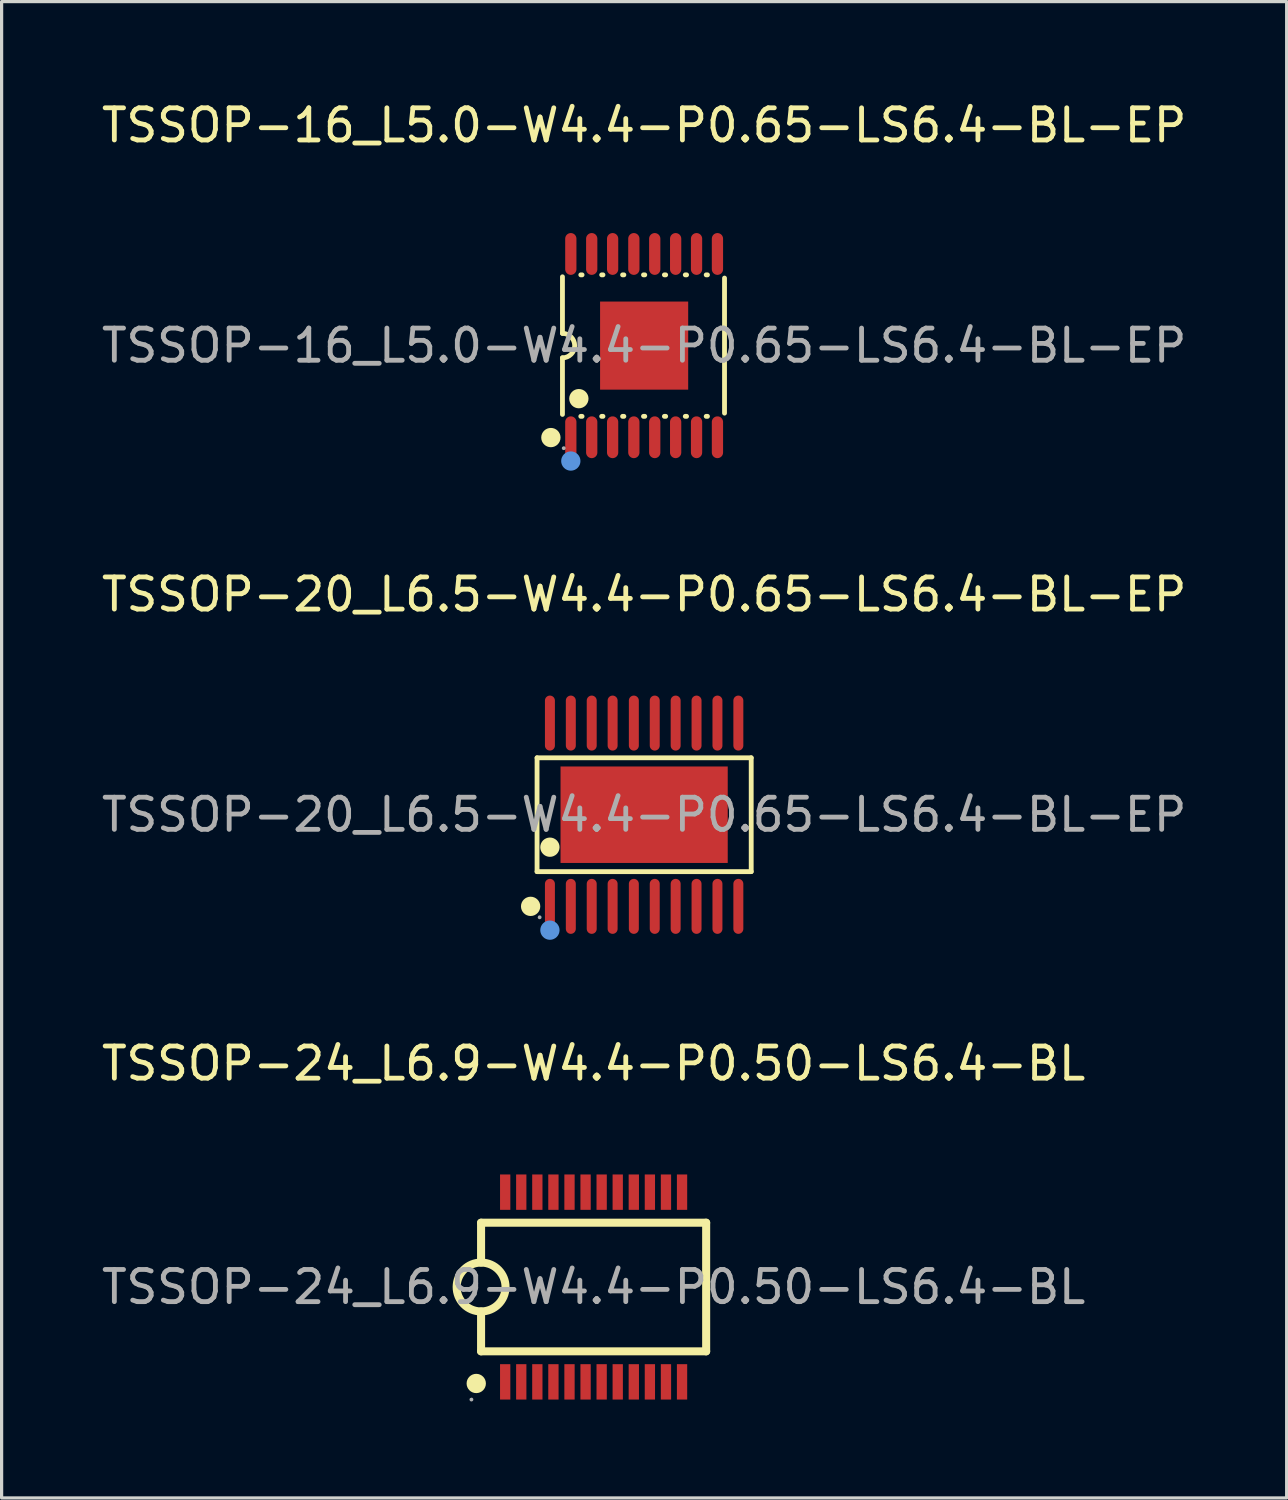
<source format=kicad_pcb>
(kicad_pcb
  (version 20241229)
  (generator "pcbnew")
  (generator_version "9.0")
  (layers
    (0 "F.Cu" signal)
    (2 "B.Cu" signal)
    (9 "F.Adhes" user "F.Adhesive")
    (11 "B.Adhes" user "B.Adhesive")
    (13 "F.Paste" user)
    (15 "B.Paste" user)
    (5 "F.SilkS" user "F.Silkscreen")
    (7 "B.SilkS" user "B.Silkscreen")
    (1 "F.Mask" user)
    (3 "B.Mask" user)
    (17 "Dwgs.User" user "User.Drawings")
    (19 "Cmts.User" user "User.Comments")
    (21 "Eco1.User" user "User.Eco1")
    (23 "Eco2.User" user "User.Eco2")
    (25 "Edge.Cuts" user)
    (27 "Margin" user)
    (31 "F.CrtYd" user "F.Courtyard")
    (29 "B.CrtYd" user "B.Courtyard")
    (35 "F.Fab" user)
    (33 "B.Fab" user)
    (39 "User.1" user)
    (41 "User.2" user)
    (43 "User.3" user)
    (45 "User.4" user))
  (footprint "TSSOP-24_L6.9-W4.4-P0.50-LS6.4-BL"
    (layer "F.Cu")
    (at 15.411 36.975)
    (property "Reference" "TSSOP-24_L6.9-W4.4-P0.50-LS6.4-BL" (at 0 -6.95 0) (layer "F.SilkS") (effects (font (size 1 1) (thickness 0.15))))
    (attr through_hole)
    (fp_line (start -3.5 -2) (end -3.5 -0.76) (stroke (width 0.25) (type solid)) (layer "F.SilkS"))
    (fp_line (start -3.5 0.76) (end -3.5 2) (stroke (width 0.25) (type solid)) (layer "F.SilkS"))
    (fp_line (start 3.5 -2) (end -3.5 -2) (stroke (width 0.25) (type solid)) (layer "F.SilkS"))
    (fp_line (start 3.5 -2) (end 3.5 2) (stroke (width 0.25) (type solid)) (layer "F.SilkS"))
    (fp_line (start 3.5 2) (end -3.5 2) (stroke (width 0.25) (type solid)) (layer "F.SilkS"))
    (fp_arc (start -3.65 3) (mid -3.65 3) (end -3.65 3) (stroke (width 0.3) (type solid)) (layer "F.SilkS"))
    (fp_arc (start -3.486736 -0.759884) (mid -3.506632 0.759971) (end -3.5 -0.76) (stroke (width 0.25) (type solid)) (layer "F.SilkS"))
    (fp_circle (center -3.8 3.5) (end -3.77 3.5) (stroke (width 0.06) (type solid)) (fill no) (layer "F.Fab"))
    (fp_text user "${REFERENCE}" (at 0 0 0) (layer "F.Fab") (effects (font (size 1 1) (thickness 0.15))))
    (pad "1" smd rect (at -2.75 2.95) (size 0.32 1.1) (layers "F.Cu" "F.Mask" "F.Paste"))
    (pad "2" smd rect (at -2.25 2.95) (size 0.32 1.1) (layers "F.Cu" "F.Mask" "F.Paste"))
    (pad "3" smd rect (at -1.75 2.95) (size 0.32 1.1) (layers "F.Cu" "F.Mask" "F.Paste"))
    (pad "4" smd rect (at -1.25 2.95) (size 0.32 1.1) (layers "F.Cu" "F.Mask" "F.Paste"))
    (pad "5" smd rect (at -0.75 2.95) (size 0.32 1.1) (layers "F.Cu" "F.Mask" "F.Paste"))
    (pad "6" smd rect (at -0.25 2.95) (size 0.32 1.1) (layers "F.Cu" "F.Mask" "F.Paste"))
    (pad "7" smd rect (at 0.25 2.95) (size 0.32 1.1) (layers "F.Cu" "F.Mask" "F.Paste"))
    (pad "8" smd rect (at 0.75 2.95) (size 0.32 1.1) (layers "F.Cu" "F.Mask" "F.Paste"))
    (pad "9" smd rect (at 1.25 2.95) (size 0.32 1.1) (layers "F.Cu" "F.Mask" "F.Paste"))
    (pad "10" smd rect (at 1.75 2.95) (size 0.32 1.1) (layers "F.Cu" "F.Mask" "F.Paste"))
    (pad "11" smd rect (at 2.25 2.95) (size 0.32 1.1) (layers "F.Cu" "F.Mask" "F.Paste"))
    (pad "12" smd rect (at 2.75 2.95) (size 0.32 1.1) (layers "F.Cu" "F.Mask" "F.Paste"))
    (pad "13" smd rect (at 2.75 -2.95) (size 0.32 1.1) (layers "F.Cu" "F.Mask" "F.Paste"))
    (pad "14" smd rect (at 2.25 -2.95) (size 0.32 1.1) (layers "F.Cu" "F.Mask" "F.Paste"))
    (pad "15" smd rect (at 1.75 -2.95) (size 0.32 1.1) (layers "F.Cu" "F.Mask" "F.Paste"))
    (pad "16" smd rect (at 1.25 -2.95) (size 0.32 1.1) (layers "F.Cu" "F.Mask" "F.Paste"))
    (pad "17" smd rect (at 0.75 -2.95) (size 0.32 1.1) (layers "F.Cu" "F.Mask" "F.Paste"))
    (pad "18" smd rect (at 0.25 -2.95) (size 0.32 1.1) (layers "F.Cu" "F.Mask" "F.Paste"))
    (pad "19" smd rect (at -0.25 -2.95) (size 0.32 1.1) (layers "F.Cu" "F.Mask" "F.Paste"))
    (pad "20" smd rect (at -0.75 -2.95) (size 0.32 1.1) (layers "F.Cu" "F.Mask" "F.Paste"))
    (pad "21" smd rect (at -1.25 -2.95) (size 0.32 1.1) (layers "F.Cu" "F.Mask" "F.Paste"))
    (pad "22" smd rect (at -1.75 -2.95) (size 0.32 1.1) (layers "F.Cu" "F.Mask" "F.Paste"))
    (pad "23" smd rect (at -2.25 -2.95) (size 0.32 1.1) (layers "F.Cu" "F.Mask" "F.Paste"))
    (pad "24" smd rect (at -2.75 -2.95) (size 0.32 1.1) (layers "F.Cu" "F.Mask" "F.Paste")))
  (footprint "TSSOP-16_L5.0-W4.4-P0.65-LS6.4-BL-EP"
    (layer "F.Cu")
    (at 16.982 7.698)
    (property "Reference" "TSSOP-16_L5.0-W4.4-P0.65-LS6.4-BL-EP" (at 0 -6.85 0) (layer "F.SilkS") (effects (font (size 1 1) (thickness 0.15))))
    (attr through_hole)
    (fp_line (start -2.54 -2.14) (end -2.54 -0.38) (stroke (width 0.15) (type solid)) (layer "F.SilkS"))
    (fp_line (start -2.54 2.14) (end -2.54 0.38) (stroke (width 0.15) (type solid)) (layer "F.SilkS"))
    (fp_line (start -1.97 -2.2) (end -1.93 -2.2) (stroke (width 0.15) (type solid)) (layer "F.SilkS"))
    (fp_line (start -1.97 2.2) (end -1.93 2.2) (stroke (width 0.15) (type solid)) (layer "F.SilkS"))
    (fp_line (start -1.32 -2.2) (end -1.28 -2.2) (stroke (width 0.15) (type solid)) (layer "F.SilkS"))
    (fp_line (start -1.32 2.2) (end -1.28 2.2) (stroke (width 0.15) (type solid)) (layer "F.SilkS"))
    (fp_line (start -0.67 -2.2) (end -0.63 -2.2) (stroke (width 0.15) (type solid)) (layer "F.SilkS"))
    (fp_line (start -0.67 2.2) (end -0.63 2.2) (stroke (width 0.15) (type solid)) (layer "F.SilkS"))
    (fp_line (start -0.02 -2.2) (end 0.02 -2.2) (stroke (width 0.15) (type solid)) (layer "F.SilkS"))
    (fp_line (start -0.02 2.2) (end 0.02 2.2) (stroke (width 0.15) (type solid)) (layer "F.SilkS"))
    (fp_line (start 0.63 -2.2) (end 0.67 -2.2) (stroke (width 0.15) (type solid)) (layer "F.SilkS"))
    (fp_line (start 0.63 2.2) (end 0.67 2.2) (stroke (width 0.15) (type solid)) (layer "F.SilkS"))
    (fp_line (start 1.28 -2.2) (end 1.32 -2.2) (stroke (width 0.15) (type solid)) (layer "F.SilkS"))
    (fp_line (start 1.28 2.2) (end 1.32 2.2) (stroke (width 0.15) (type solid)) (layer "F.SilkS"))
    (fp_line (start 1.93 -2.2) (end 1.97 -2.2) (stroke (width 0.15) (type solid)) (layer "F.SilkS"))
    (fp_line (start 1.93 2.2) (end 1.97 2.2) (stroke (width 0.15) (type solid)) (layer "F.SilkS"))
    (fp_line (start 2.5 -2.1) (end 2.5 2.1) (stroke (width 0.15) (type solid)) (layer "F.SilkS"))
    (fp_arc (start -2.54 -0.38) (mid -2.16 0) (end -2.54 0.38) (stroke (width 0.15) (type solid)) (layer "F.SilkS"))
    (fp_circle (center -2.9 2.86) (end -2.75 2.86) (stroke (width 0.3) (type solid)) (fill no) (layer "F.SilkS"))
    (fp_circle (center -2.03 1.65) (end -1.88 1.65) (stroke (width 0.3) (type solid)) (fill no) (layer "F.SilkS"))
    (fp_circle (center -2.28 3.59) (end -2.13 3.59) (stroke (width 0.3) (type solid)) (fill no) (layer "Cmts.User"))
    (fp_circle (center -2.5 3.19) (end -2.47 3.19) (stroke (width 0.06) (type solid)) (fill no) (layer "F.Fab"))
    (fp_text user "${REFERENCE}" (at 0 0 0) (layer "F.Fab") (effects (font (size 1 1) (thickness 0.15))))
    (pad "1" smd oval (at -2.28 2.85) (size 0.35 1.3) (layers "F.Cu" "F.Mask" "F.Paste"))
    (pad "2" smd oval (at -1.63 2.85) (size 0.35 1.3) (layers "F.Cu" "F.Mask" "F.Paste"))
    (pad "3" smd oval (at -0.98 2.85) (size 0.35 1.3) (layers "F.Cu" "F.Mask" "F.Paste"))
    (pad "4" smd oval (at -0.32 2.85) (size 0.35 1.3) (layers "F.Cu" "F.Mask" "F.Paste"))
    (pad "5" smd oval (at 0.33 2.85) (size 0.35 1.3) (layers "F.Cu" "F.Mask" "F.Paste"))
    (pad "6" smd oval (at 0.98 2.85) (size 0.35 1.3) (layers "F.Cu" "F.Mask" "F.Paste"))
    (pad "7" smd oval (at 1.63 2.85) (size 0.35 1.3) (layers "F.Cu" "F.Mask" "F.Paste"))
    (pad "8" smd oval (at 2.28 2.85) (size 0.35 1.3) (layers "F.Cu" "F.Mask" "F.Paste"))
    (pad "9" smd oval (at 2.28 -2.85) (size 0.35 1.3) (layers "F.Cu" "F.Mask" "F.Paste"))
    (pad "10" smd oval (at 1.63 -2.85) (size 0.35 1.3) (layers "F.Cu" "F.Mask" "F.Paste"))
    (pad "11" smd oval (at 0.98 -2.85) (size 0.35 1.3) (layers "F.Cu" "F.Mask" "F.Paste"))
    (pad "12" smd oval (at 0.33 -2.85) (size 0.35 1.3) (layers "F.Cu" "F.Mask" "F.Paste"))
    (pad "13" smd oval (at -0.32 -2.85) (size 0.35 1.3) (layers "F.Cu" "F.Mask" "F.Paste"))
    (pad "14" smd oval (at -0.98 -2.85) (size 0.35 1.3) (layers "F.Cu" "F.Mask" "F.Paste"))
    (pad "15" smd oval (at -1.63 -2.85) (size 0.35 1.3) (layers "F.Cu" "F.Mask" "F.Paste"))
    (pad "16" smd oval (at -2.28 -2.85) (size 0.35 1.3) (layers "F.Cu" "F.Mask" "F.Paste"))
    (pad "17" smd rect (at 0 0) (size 2.74 2.74) (layers "F.Cu" "F.Mask" "F.Paste")))
  (footprint "TSSOP-20_L6.5-W4.4-P0.65-LS6.4-BL-EP"
    (layer "F.Cu")
    (at 16.982 22.287)
    (property "Reference" "TSSOP-20_L6.5-W4.4-P0.65-LS6.4-BL-EP" (at 0 -6.85 0) (layer "F.SilkS") (effects (font (size 1 1) (thickness 0.15))))
    (attr through_hole)
    (fp_line (start -3.33 -1.77) (end 3.33 -1.77) (stroke (width 0.15) (type solid)) (layer "F.SilkS"))
    (fp_line (start -3.33 1.77) (end -3.33 -1.77) (stroke (width 0.15) (type solid)) (layer "F.SilkS"))
    (fp_line (start 3.33 -1.77) (end 3.33 1.77) (stroke (width 0.15) (type solid)) (layer "F.SilkS"))
    (fp_line (start 3.33 1.77) (end -3.33 1.77) (stroke (width 0.15) (type solid)) (layer "F.SilkS"))
    (fp_circle (center -3.53 2.85) (end -3.38 2.85) (stroke (width 0.3) (type solid)) (fill no) (layer "F.SilkS"))
    (fp_circle (center -2.93 1.01) (end -2.78 1.01) (stroke (width 0.3) (type solid)) (fill no) (layer "F.SilkS"))
    (fp_circle (center -2.93 3.59) (end -2.78 3.59) (stroke (width 0.3) (type solid)) (fill no) (layer "Cmts.User"))
    (fp_circle (center -3.25 3.19) (end -3.22 3.19) (stroke (width 0.06) (type solid)) (fill no) (layer "F.Fab"))
    (fp_text user "${REFERENCE}" (at 0 0 0) (layer "F.Fab") (effects (font (size 1 1) (thickness 0.15))))
    (pad "1" smd oval (at -2.93 2.85) (size 0.31 1.71) (layers "F.Cu" "F.Mask" "F.Paste"))
    (pad "2" smd oval (at -2.28 2.85) (size 0.31 1.71) (layers "F.Cu" "F.Mask" "F.Paste"))
    (pad "3" smd oval (at -1.63 2.85) (size 0.31 1.71) (layers "F.Cu" "F.Mask" "F.Paste"))
    (pad "4" smd oval (at -0.98 2.85) (size 0.31 1.71) (layers "F.Cu" "F.Mask" "F.Paste"))
    (pad "5" smd oval (at -0.32 2.85) (size 0.31 1.71) (layers "F.Cu" "F.Mask" "F.Paste"))
    (pad "6" smd oval (at 0.33 2.85) (size 0.31 1.71) (layers "F.Cu" "F.Mask" "F.Paste"))
    (pad "7" smd oval (at 0.98 2.85) (size 0.31 1.71) (layers "F.Cu" "F.Mask" "F.Paste"))
    (pad "8" smd oval (at 1.63 2.85) (size 0.31 1.71) (layers "F.Cu" "F.Mask" "F.Paste"))
    (pad "9" smd oval (at 2.28 2.85) (size 0.31 1.71) (layers "F.Cu" "F.Mask" "F.Paste"))
    (pad "10" smd oval (at 2.93 2.85) (size 0.31 1.71) (layers "F.Cu" "F.Mask" "F.Paste"))
    (pad "11" smd oval (at 2.93 -2.85) (size 0.31 1.71) (layers "F.Cu" "F.Mask" "F.Paste"))
    (pad "12" smd oval (at 2.28 -2.85) (size 0.31 1.71) (layers "F.Cu" "F.Mask" "F.Paste"))
    (pad "13" smd oval (at 1.63 -2.85) (size 0.31 1.71) (layers "F.Cu" "F.Mask" "F.Paste"))
    (pad "14" smd oval (at 0.98 -2.85) (size 0.31 1.71) (layers "F.Cu" "F.Mask" "F.Paste"))
    (pad "15" smd oval (at 0.33 -2.85) (size 0.31 1.71) (layers "F.Cu" "F.Mask" "F.Paste"))
    (pad "16" smd oval (at -0.32 -2.85) (size 0.31 1.71) (layers "F.Cu" "F.Mask" "F.Paste"))
    (pad "17" smd oval (at -0.98 -2.85) (size 0.31 1.71) (layers "F.Cu" "F.Mask" "F.Paste"))
    (pad "18" smd oval (at -1.63 -2.85) (size 0.31 1.71) (layers "F.Cu" "F.Mask" "F.Paste"))
    (pad "19" smd oval (at -2.28 -2.85) (size 0.31 1.71) (layers "F.Cu" "F.Mask" "F.Paste"))
    (pad "20" smd oval (at -2.93 -2.85) (size 0.31 1.71) (layers "F.Cu" "F.Mask" "F.Paste"))
    (pad "21" smd rect (at 0 0) (size 5.2 3) (layers "F.Cu" "F.Mask" "F.Paste")))
  (gr_rect
    (start -3 -3)
    (end 36.964 43.535)
    (stroke (width 0.1) (type default))
    (fill no)
    (layer "Edge.Cuts")))
</source>
